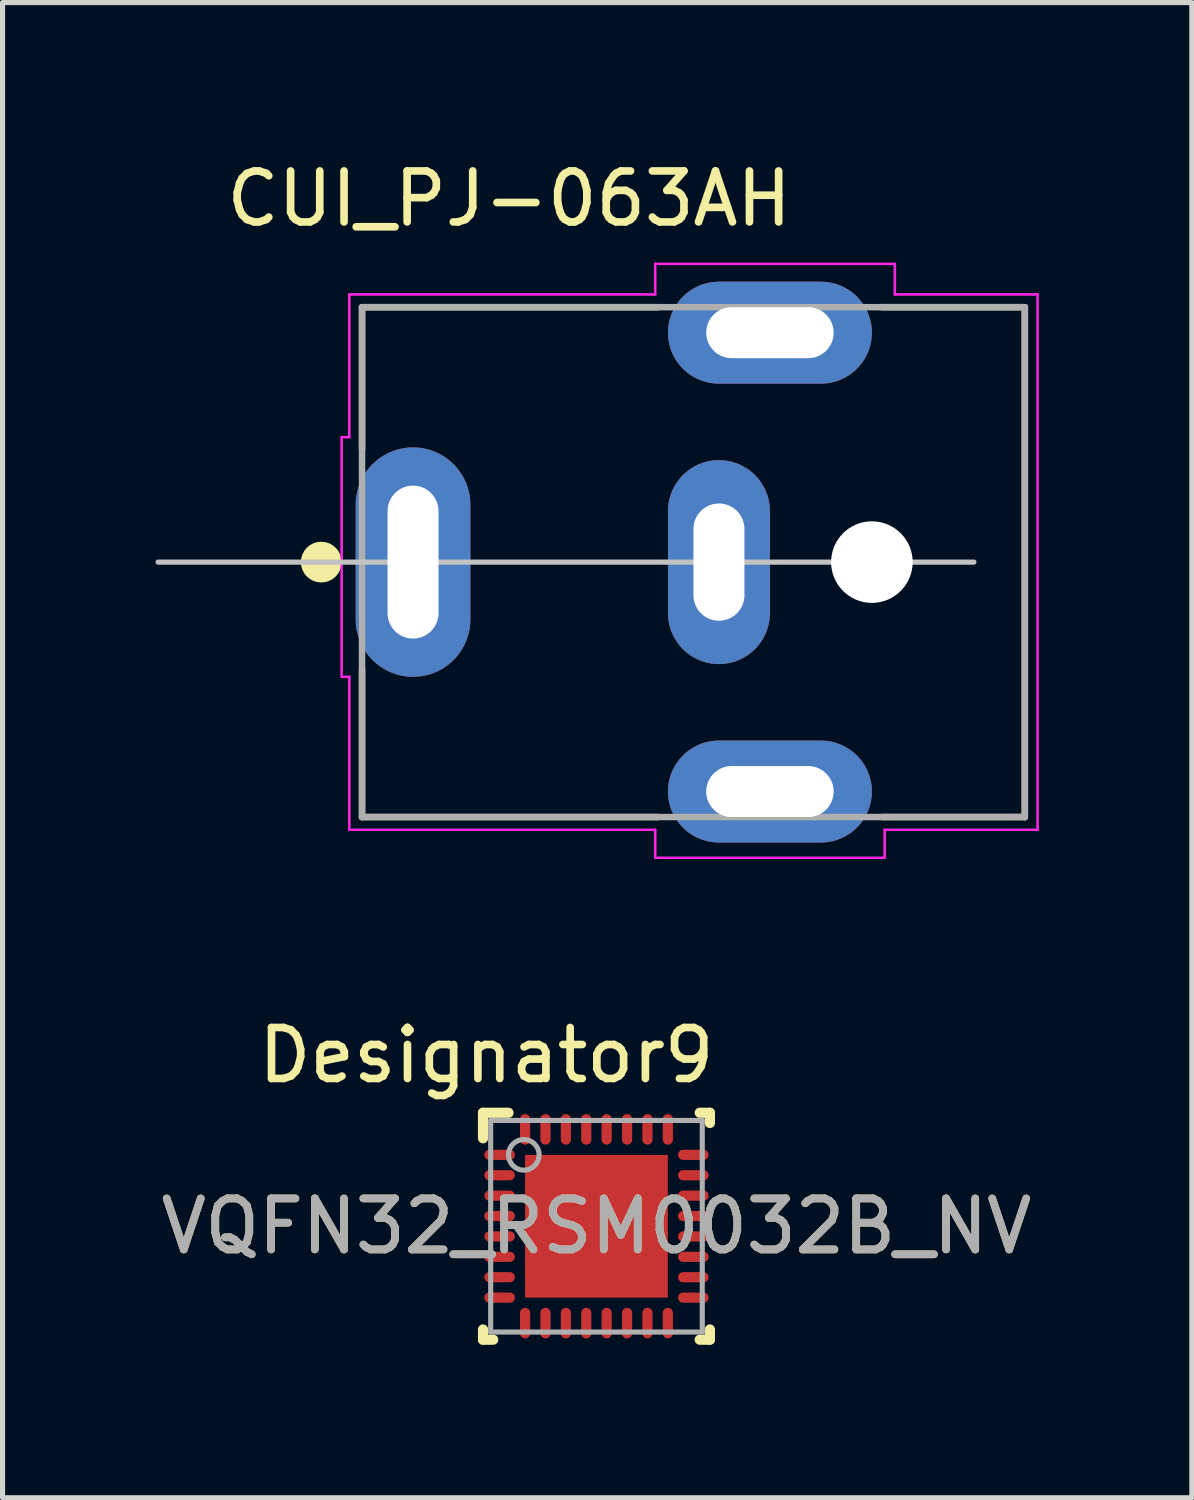
<source format=kicad_pcb>
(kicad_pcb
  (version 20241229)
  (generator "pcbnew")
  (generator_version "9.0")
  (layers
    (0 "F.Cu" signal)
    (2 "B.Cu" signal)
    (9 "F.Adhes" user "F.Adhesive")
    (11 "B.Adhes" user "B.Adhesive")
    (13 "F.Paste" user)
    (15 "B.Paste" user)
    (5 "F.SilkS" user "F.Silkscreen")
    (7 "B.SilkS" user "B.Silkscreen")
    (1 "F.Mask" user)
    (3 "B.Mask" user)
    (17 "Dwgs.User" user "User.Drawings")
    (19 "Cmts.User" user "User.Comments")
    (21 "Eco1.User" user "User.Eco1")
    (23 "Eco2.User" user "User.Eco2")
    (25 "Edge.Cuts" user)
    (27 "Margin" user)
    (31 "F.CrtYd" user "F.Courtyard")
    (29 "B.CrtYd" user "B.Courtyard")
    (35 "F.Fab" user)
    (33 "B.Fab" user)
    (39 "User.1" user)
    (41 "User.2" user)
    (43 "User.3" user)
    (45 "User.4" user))
  (footprint "CUI_PJ-063AH"
    (layer "F.Cu")
    (at 5.051 7.975)
    (property "Reference" "CUI_PJ-063AH" (at 1.885 -7.127 0) (layer "F.SilkS") (effects (font (size 1 1) (thickness 0.15))))
    (attr through_hole)
    (fp_line (start -1 -5) (end 4.8 -5) (stroke (width 0.127) (type solid)) (layer "F.SilkS"))
    (fp_line (start -1 -2.2) (end -1 -5) (stroke (width 0.127) (type solid)) (layer "F.SilkS"))
    (fp_line (start -1 5) (end -1 2.1) (stroke (width 0.127) (type solid)) (layer "F.SilkS"))
    (fp_line (start 4.8 5) (end -1 5) (stroke (width 0.127) (type solid)) (layer "F.SilkS"))
    (fp_line (start 9.2 -5) (end 12 -5) (stroke (width 0.127) (type solid)) (layer "F.SilkS"))
    (fp_line (start 12 -5) (end 12 5) (stroke (width 0.127) (type solid)) (layer "F.SilkS"))
    (fp_line (start 12 5) (end 9.2 5) (stroke (width 0.127) (type solid)) (layer "F.SilkS"))
    (fp_circle (center -1.8 0) (end -1.6 0) (stroke (width 0.4) (type solid)) (fill no) (layer "F.SilkS"))
    (fp_line (start -5 0) (end 11 0) (stroke (width 0.102) (type solid)) (layer "Dwgs.User"))
    (fp_line (start -1.4 -2.45) (end -1.25 -2.45) (stroke (width 0.05) (type solid)) (layer "F.CrtYd"))
    (fp_line (start -1.4 2.25) (end -1.4 -2.45) (stroke (width 0.05) (type solid)) (layer "F.CrtYd"))
    (fp_line (start -1.25 -5.25) (end 4.75 -5.25) (stroke (width 0.05) (type solid)) (layer "F.CrtYd"))
    (fp_line (start -1.25 -2.45) (end -1.25 -5.25) (stroke (width 0.05) (type solid)) (layer "F.CrtYd"))
    (fp_line (start -1.25 2.25) (end -1.4 2.25) (stroke (width 0.05) (type solid)) (layer "F.CrtYd"))
    (fp_line (start -1.25 5.25) (end -1.25 2.25) (stroke (width 0.05) (type solid)) (layer "F.CrtYd"))
    (fp_line (start 4.75 -5.85) (end 9.45 -5.85) (stroke (width 0.05) (type solid)) (layer "F.CrtYd"))
    (fp_line (start 4.75 -5.25) (end 4.75 -5.85) (stroke (width 0.05) (type solid)) (layer "F.CrtYd"))
    (fp_line (start 4.75 5.25) (end -1.25 5.25) (stroke (width 0.05) (type solid)) (layer "F.CrtYd"))
    (fp_line (start 4.75 5.8) (end 4.75 5.25) (stroke (width 0.05) (type solid)) (layer "F.CrtYd"))
    (fp_line (start 9.25 5.25) (end 9.25 5.8) (stroke (width 0.05) (type solid)) (layer "F.CrtYd"))
    (fp_line (start 9.25 5.8) (end 4.75 5.8) (stroke (width 0.05) (type solid)) (layer "F.CrtYd"))
    (fp_line (start 9.45 -5.85) (end 9.45 -5.25) (stroke (width 0.05) (type solid)) (layer "F.CrtYd"))
    (fp_line (start 9.45 -5.25) (end 12.25 -5.25) (stroke (width 0.05) (type solid)) (layer "F.CrtYd"))
    (fp_line (start 12.25 -5.25) (end 12.25 5.25) (stroke (width 0.05) (type solid)) (layer "F.CrtYd"))
    (fp_line (start 12.25 5.25) (end 9.25 5.25) (stroke (width 0.05) (type solid)) (layer "F.CrtYd"))
    (fp_line (start -1 -5) (end 12 -5) (stroke (width 0.127) (type solid)) (layer "F.Fab"))
    (fp_line (start -1 5) (end -1 -5) (stroke (width 0.127) (type solid)) (layer "F.Fab"))
    (fp_line (start 12 -5) (end 12 5) (stroke (width 0.127) (type solid)) (layer "F.Fab"))
    (fp_line (start 12 5) (end -1 5) (stroke (width 0.127) (type solid)) (layer "F.Fab"))
    (pad "" np_thru_hole circle (at 9 0) (size 1.6 1.6) (drill 1.6) (layers "*.Cu" "*.Mask"))
    (pad "1" thru_hole oval (at 0 0) (size 2.25 4.5) (drill oval 1 3) (layers "*.Cu" "*.Mask"))
    (pad "2" thru_hole oval (at 6 0) (size 2 4) (drill oval 1 2.3) (layers "*.Cu" "*.Mask"))
    (pad "S1" thru_hole oval (at 7 -4.5) (size 4 2) (drill oval 2.5 1) (layers "*.Cu" "*.Mask"))
    (pad "S2" thru_hole oval (at 7 4.5) (size 4 2) (drill oval 2.5 1) (layers "*.Cu" "*.Mask")))
  (footprint "VQFN32_RSM0032B_NV"
    (layer "F.Cu")
    (at 8.649 21.001)
    (property "Reference" "VQFN32_RSM0032B_NV" (at 0 0 0) (unlocked yes) (layer "F.SilkS") (effects (font (size 1 1) (thickness 0.15))))
    (attr smd)
    (fp_line (start -2.225 2.225) (end -2.225 2.025) (stroke (width 0.2) (type solid)) (layer "F.SilkS"))
    (fp_line (start -2.225 2.225) (end -2.025 2.225) (stroke (width 0.2) (type solid)) (layer "F.SilkS"))
    (fp_line (start -2.225 -2.225) (end -1.725 -2.225) (stroke (width 0.2) (type solid)) (layer "F.SilkS"))
    (fp_line (start -2.225 -1.725) (end -2.225 -2.225) (stroke (width 0.2) (type solid)) (layer "F.SilkS"))
    (fp_line (start 2.025 -2.225) (end 2.225 -2.225) (stroke (width 0.2) (type solid)) (layer "F.SilkS"))
    (fp_line (start 2.025 2.225) (end 2.225 2.225) (stroke (width 0.2) (type solid)) (layer "F.SilkS"))
    (fp_line (start 2.225 -2.025) (end 2.225 -2.225) (stroke (width 0.2) (type solid)) (layer "F.SilkS"))
    (fp_line (start 2.225 2.225) (end 2.225 2.025) (stroke (width 0.2) (type solid)) (layer "F.SilkS"))
    (fp_poly (pts (xy -0.1 -0.1) (xy -0.1 -1.329) (xy -1.329 -1.329) (xy -1.329 -0.1)) (stroke (width 0) (type solid)) (fill yes) (layer "F.Paste"))
    (fp_poly (pts (xy -0.1 1.329) (xy -0.1 0.1) (xy -1.329 0.1) (xy -1.329 1.329)) (stroke (width 0) (type solid)) (fill yes) (layer "F.Paste"))
    (fp_poly (pts (xy 1.329 -0.1) (xy 1.329 -1.329) (xy 0.1 -1.329) (xy 0.1 -0.1)) (stroke (width 0) (type solid)) (fill yes) (layer "F.Paste"))
    (fp_poly (pts (xy 1.329 1.329) (xy 1.329 0.1) (xy 0.1 0.1) (xy 0.1 1.329)) (stroke (width 0) (type solid)) (fill yes) (layer "F.Paste"))
    (fp_line (start -2.075 -2.075) (end 2.075 -2.075) (stroke (width 0.1) (type solid)) (layer "F.Fab"))
    (fp_line (start -2.075 2.075) (end -2.075 -2.075) (stroke (width 0.1) (type solid)) (layer "F.Fab"))
    (fp_line (start -2.075 2.075) (end 2.075 2.075) (stroke (width 0.1) (type solid)) (layer "F.Fab"))
    (fp_line (start 2.075 2.075) (end 2.075 -2.075) (stroke (width 0.1) (type solid)) (layer "F.Fab"))
    (fp_circle (center -1.425 -1.4) (end -1.125 -1.4) (stroke (width 0.1) (type solid)) (fill no) (layer "F.Fab"))
    (fp_text user "Designator9" (at -2.159 -3.353 0) (unlocked yes) (layer "F.SilkS") (effects (font (size 1 1) (thickness 0.15))))
    (fp_text user "${REFERENCE}" (at 0 0 0) (unlocked yes) (layer "F.Fab") (effects (font (size 1 1) (thickness 0.15))))
    (pad "1" smd oval (at -1.9 -1.4 90) (size 0.2 0.6) (layers "F.Cu" "F.Mask" "F.Paste"))
    (pad "2" smd oval (at -1.9 -1 90) (size 0.2 0.6) (layers "F.Cu" "F.Mask" "F.Paste"))
    (pad "3" smd oval (at -1.9 -0.6 90) (size 0.2 0.6) (layers "F.Cu" "F.Mask" "F.Paste"))
    (pad "4" smd oval (at -1.9 -0.2 90) (size 0.2 0.6) (layers "F.Cu" "F.Mask" "F.Paste"))
    (pad "5" smd oval (at -1.9 0.2 90) (size 0.2 0.6) (layers "F.Cu" "F.Mask" "F.Paste"))
    (pad "6" smd oval (at -1.9 0.6 90) (size 0.2 0.6) (layers "F.Cu" "F.Mask" "F.Paste"))
    (pad "7" smd oval (at -1.9 1 90) (size 0.2 0.6) (layers "F.Cu" "F.Mask" "F.Paste"))
    (pad "8" smd oval (at -1.9 1.4 90) (size 0.2 0.6) (layers "F.Cu" "F.Mask" "F.Paste"))
    (pad "9" smd oval (at -1.4 1.9) (size 0.2 0.6) (layers "F.Cu" "F.Mask" "F.Paste"))
    (pad "10" smd oval (at -1 1.9) (size 0.2 0.6) (layers "F.Cu" "F.Mask" "F.Paste"))
    (pad "11" smd oval (at -0.6 1.9) (size 0.2 0.6) (layers "F.Cu" "F.Mask" "F.Paste"))
    (pad "12" smd oval (at -0.2 1.9) (size 0.2 0.6) (layers "F.Cu" "F.Mask" "F.Paste"))
    (pad "13" smd oval (at 0.2 1.9) (size 0.2 0.6) (layers "F.Cu" "F.Mask" "F.Paste"))
    (pad "14" smd oval (at 0.6 1.9) (size 0.2 0.6) (layers "F.Cu" "F.Mask" "F.Paste"))
    (pad "15" smd oval (at 1 1.9) (size 0.2 0.6) (layers "F.Cu" "F.Mask" "F.Paste"))
    (pad "16" smd oval (at 1.4 1.9) (size 0.2 0.6) (layers "F.Cu" "F.Mask" "F.Paste"))
    (pad "17" smd oval (at 1.9 1.4 90) (size 0.2 0.6) (layers "F.Cu" "F.Mask" "F.Paste"))
    (pad "18" smd oval (at 1.9 1 90) (size 0.2 0.6) (layers "F.Cu" "F.Mask" "F.Paste"))
    (pad "19" smd oval (at 1.9 0.6 90) (size 0.2 0.6) (layers "F.Cu" "F.Mask" "F.Paste"))
    (pad "20" smd oval (at 1.9 0.2 90) (size 0.2 0.6) (layers "F.Cu" "F.Mask" "F.Paste"))
    (pad "21" smd oval (at 1.9 -0.2 90) (size 0.2 0.6) (layers "F.Cu" "F.Mask" "F.Paste"))
    (pad "22" smd oval (at 1.9 -0.6 90) (size 0.2 0.6) (layers "F.Cu" "F.Mask" "F.Paste"))
    (pad "23" smd oval (at 1.9 -1 90) (size 0.2 0.6) (layers "F.Cu" "F.Mask" "F.Paste"))
    (pad "24" smd oval (at 1.9 -1.4 90) (size 0.2 0.6) (layers "F.Cu" "F.Mask" "F.Paste"))
    (pad "25" smd oval (at 1.4 -1.9) (size 0.2 0.6) (layers "F.Cu" "F.Mask" "F.Paste"))
    (pad "26" smd oval (at 1 -1.9) (size 0.2 0.6) (layers "F.Cu" "F.Mask" "F.Paste"))
    (pad "27" smd oval (at 0.6 -1.9) (size 0.2 0.6) (layers "F.Cu" "F.Mask" "F.Paste"))
    (pad "28" smd oval (at 0.2 -1.9) (size 0.2 0.6) (layers "F.Cu" "F.Mask" "F.Paste"))
    (pad "29" smd oval (at -0.2 -1.9) (size 0.2 0.6) (layers "F.Cu" "F.Mask" "F.Paste"))
    (pad "30" smd oval (at -0.6 -1.9) (size 0.2 0.6) (layers "F.Cu" "F.Mask" "F.Paste"))
    (pad "31" smd oval (at -1 -1.9) (size 0.2 0.6) (layers "F.Cu" "F.Mask" "F.Paste"))
    (pad "32" smd oval (at -1.4 -1.9) (size 0.2 0.6) (layers "F.Cu" "F.Mask" "F.Paste"))
    (pad "33" smd rect (at 0.000003 0) (size 2.8 2.8) (layers "F.Cu" "F.Mask")))
  (gr_rect
    (start -3 -3)
    (end 20.326 26.326)
    (stroke (width 0.1) (type default))
    (fill no)
    (layer "Edge.Cuts")))
</source>
